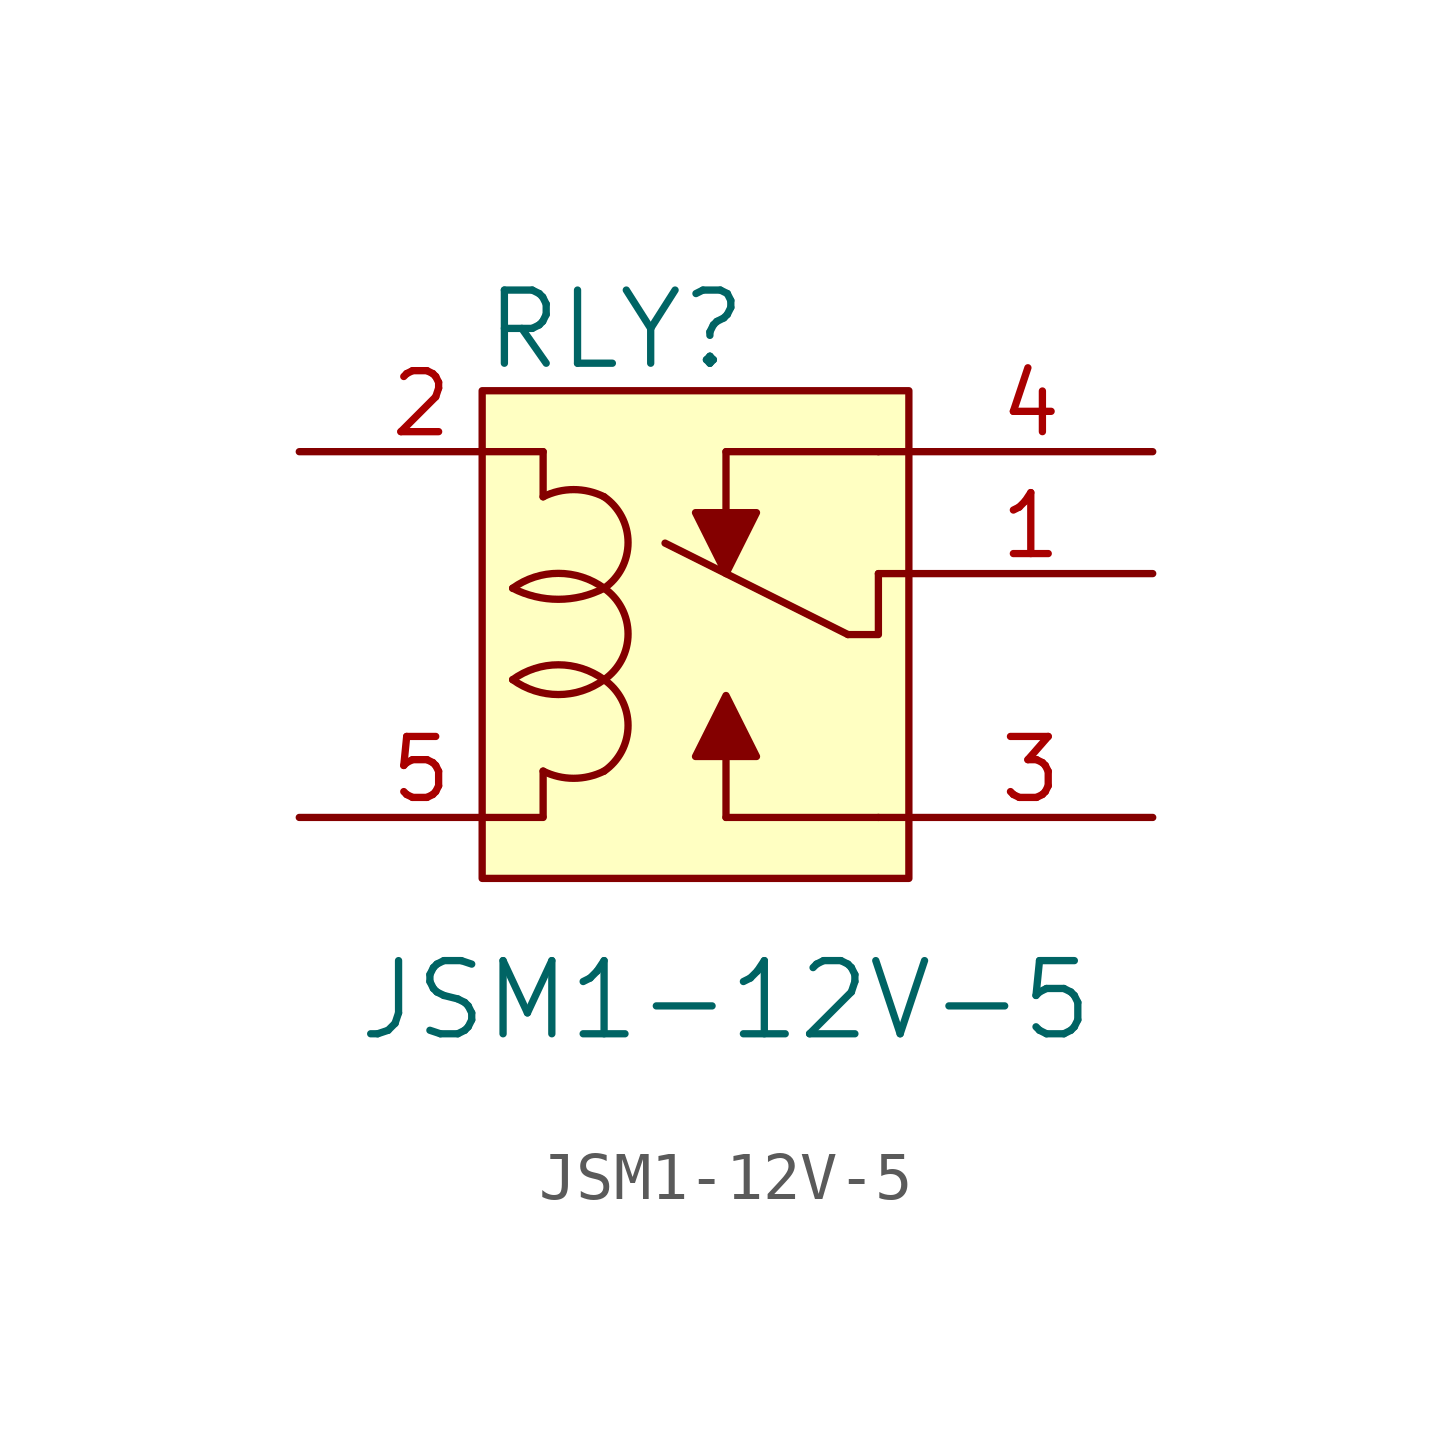
<source format=kicad_sym>
(kicad_symbol_lib
  (version 20220914)
  (generator kicad_symbol_editor)
  (symbol "JSM1-12V-5"
    (pin_names
      (offset 0.025) hide)
    (property "Reference" "RLY"
      (at -3.81 5.08 0)
      (effects (font (size 1.524 1.524)) (justify left)))
    (property "Value" "JSM1-12V-5"
      (at 1.27 -8.89 0)
      (effects (font (size 1.524 1.524))))
    (symbol "JSM1-12V-5_0_1"
      (rectangle (start -3.81 3.81) (end 5.08 -6.35) (stroke (width 0) (type default)) (fill (type background)))
      (arc (start -3.175 -2.2098) (mid -2.2251 -2.5197) (end -1.27 -2.2098) (stroke (width 0) (type default)) (fill (type none)))
      (arc (start -3.175 -0.3048) (mid -2.2212 -0.5353) (end -1.27 -0.3048) (stroke (width 0) (type default)) (fill (type none)))
      (arc (start -2.54 -4.1148) (mid -1.905 -4.2647) (end -1.27 -4.1148) (stroke (width 0) (type default)) (fill (type none)))
      (arc (start -1.27 -4.1148) (mid -0.7708 -3.168) (end -1.27 -2.2098) (stroke (width 0) (type default)) (fill (type none)))
      (arc (start -1.27 -2.2098) (mid -2.2199 -1.8999) (end -3.175 -2.2098) (stroke (width 0) (type default)) (fill (type none)))
      (arc (start -1.27 -2.2098) (mid -0.7708 -1.263) (end -1.27 -0.3048) (stroke (width 0) (type default)) (fill (type none)))
      (arc (start -1.27 -0.3048) (mid -2.2199 0.0051) (end -3.175 -0.3048) (stroke (width 0) (type default)) (fill (type none)))
      (arc (start -1.27 -0.3048) (mid -0.7708 0.642) (end -1.27 1.6002) (stroke (width 0) (type default)) (fill (type none)))
      (arc (start -1.27 1.6002) (mid -1.905 1.7501) (end -2.54 1.6002) (stroke (width 0) (type default)) (fill (type none)))
      (polyline (pts (xy -2.54 -5.055) (xy -2.54 -4.115)) (stroke (width 0) (type default)) (fill (type none)))
      (polyline (pts (xy -2.54 1.6) (xy -2.54 2.54)) (stroke (width 0) (type default)) (fill (type none)))
      (polyline (pts (xy 1.27 -5.08) (xy 4.445 -5.08)) (stroke (width 0) (type default)) (fill (type none)))
      (polyline (pts (xy 3.81 -1.27) (xy 0 0.635)) (stroke (width 0) (type default)) (fill (type none)))
      (polyline (pts (xy 4.445 2.54) (xy 1.27 2.54)) (stroke (width 0) (type default)) (fill (type none)))
      (polyline (pts (xy 5.08 -5.08) (xy 4.445 -5.08)) (stroke (width 0) (type default)) (fill (type none)))
      (polyline (pts (xy 5.08 0) (xy 4.445 0)) (stroke (width 0) (type default)) (fill (type none)))
      (polyline (pts (xy 5.08 2.54) (xy 4.445 2.54)) (stroke (width 0) (type default)) (fill (type none)))
      (polyline (pts (xy 4.445 0) (xy 4.445 -1.27) (xy 3.81 -1.27)) (stroke (width 0) (type default)) (fill (type none)))
      (polyline (pts (xy 1.27 -5.08) (xy 1.27 -3.81) (xy 0.635 -3.81) (xy 1.27 -2.54) (xy 1.905 -3.81) (xy 1.27 -3.81)) (stroke (width 0) (type default)) (fill (type outline)))
      (polyline (pts (xy 1.27 2.54) (xy 1.27 1.27) (xy 0.635 1.27) (xy 1.27 0) (xy 1.905 1.27) (xy 1.27 1.27)) (stroke (width 0) (type default)) (fill (type outline))))
    (symbol "JSM1-12V-5_1_1"
      (pin passive line (at 10.16 0 180) (length 5.08) (name "COM" (effects (font (size 1.27 1.27)))) (number "1" (effects (font (size 1.27 1.27)))))
      (pin input line (at -7.62 2.54 0) (length 5.08) (name "~" (effects (font (size 1.27 1.27)))) (number "2" (effects (font (size 1.27 1.27)))))
      (pin passive line (at 10.16 -5.08 180) (length 5.08) (name "NO" (effects (font (size 1.27 1.27)))) (number "3" (effects (font (size 1.27 1.27)))))
      (pin passive line (at 10.16 2.54 180) (length 5.08) (name "NC" (effects (font (size 1.27 1.27)))) (number "4" (effects (font (size 1.27 1.27)))))
      (pin input line (at -7.62 -5.08 0) (length 5.08) (name "~" (effects (font (size 1.27 1.27)))) (number "5" (effects (font (size 1.27 1.27))))))))
</source>
